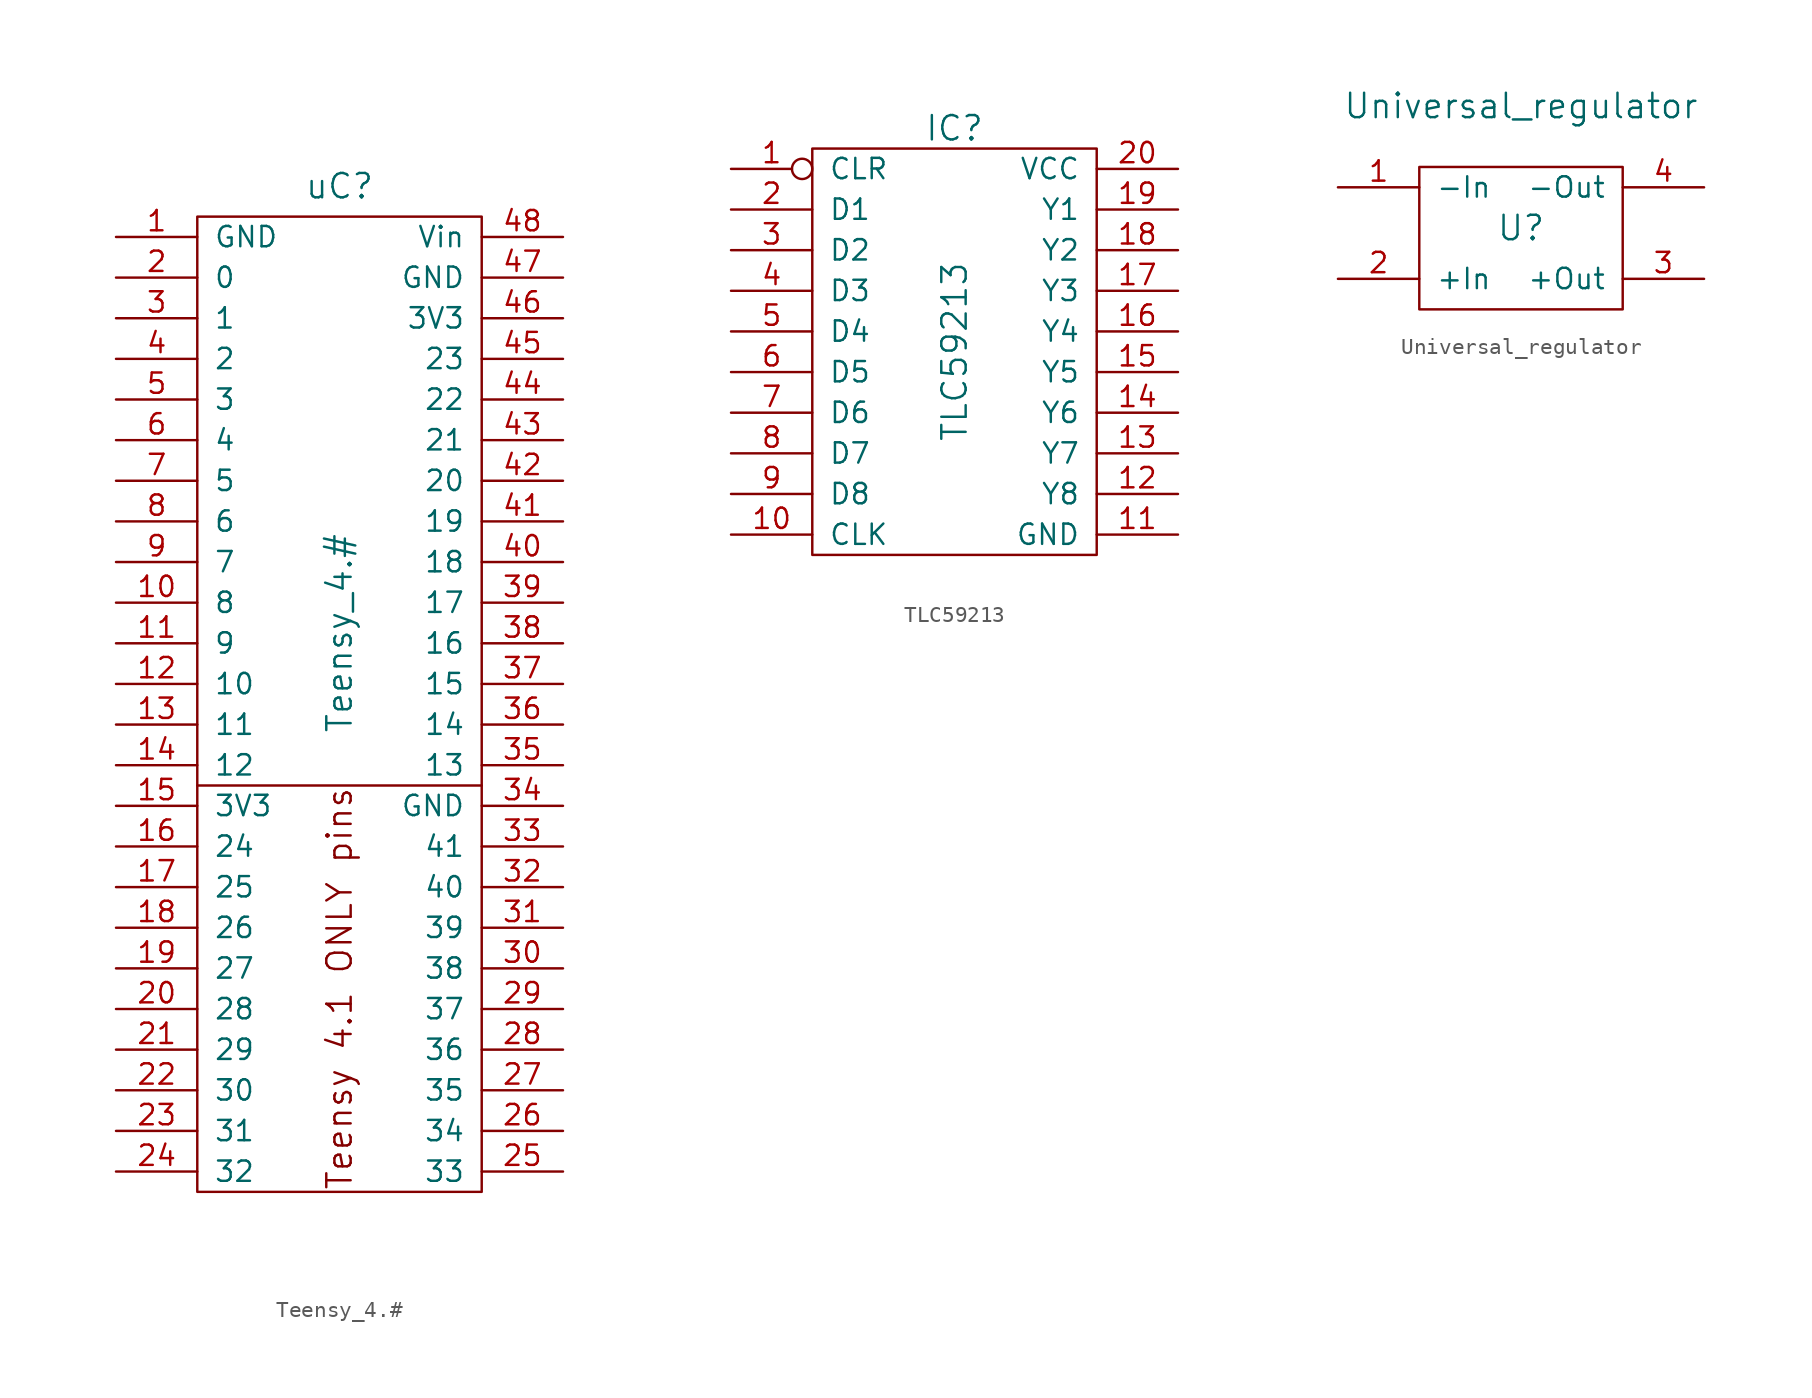
<source format=kicad_sym>
(kicad_symbol_lib
  (version 20220914)
  (generator kicad_symbol_editor)
  (symbol "Teensy_4.#"
    (pin_names
      (offset 1.016))
    (property "Reference" "uC"
      (at 0 32.385 0)
      (effects (font (size 1.524 1.524))))
    (property "Value" "Teensy_4.#"
      (at 0 4.445 90)
      (effects (font (size 1.524 1.524))))
    (symbol "Teensy_4.#_0_0"
      (text "Teensy 4.1 ONLY pins" (at 0 -17.78 900) (effects (font (size 1.524 1.524)))))
    (symbol "Teensy_4.#_0_1"
      (rectangle (start -8.89 30.48) (end 8.89 -30.48) (stroke (width 0) (type solid)) (fill (type none)))
      (polyline (pts (xy -8.89 -5.08) (xy 8.89 -5.08)) (stroke (width 0) (type solid)) (fill (type none))))
    (symbol "Teensy_4.#_1_1"
      (pin input line (at -13.97 29.21 0) (length 5.08) (name "GND" (effects (font (size 1.27 1.27)))) (number "1" (effects (font (size 1.27 1.27)))))
      (pin input line (at -13.97 6.35 0) (length 5.08) (name "8" (effects (font (size 1.27 1.27)))) (number "10" (effects (font (size 1.27 1.27)))))
      (pin input line (at -13.97 3.81 0) (length 5.08) (name "9" (effects (font (size 1.27 1.27)))) (number "11" (effects (font (size 1.27 1.27)))))
      (pin input line (at -13.97 1.27 0) (length 5.08) (name "10" (effects (font (size 1.27 1.27)))) (number "12" (effects (font (size 1.27 1.27)))))
      (pin input line (at -13.97 -1.27 0) (length 5.08) (name "11" (effects (font (size 1.27 1.27)))) (number "13" (effects (font (size 1.27 1.27)))))
      (pin input line (at -13.97 -3.81 0) (length 5.08) (name "12" (effects (font (size 1.27 1.27)))) (number "14" (effects (font (size 1.27 1.27)))))
      (pin input line (at -13.97 -6.35 0) (length 5.08) (name "3V3" (effects (font (size 1.27 1.27)))) (number "15" (effects (font (size 1.27 1.27)))))
      (pin input line (at -13.97 -8.89 0) (length 5.08) (name "24" (effects (font (size 1.27 1.27)))) (number "16" (effects (font (size 1.27 1.27)))))
      (pin input line (at -13.97 -11.43 0) (length 5.08) (name "25" (effects (font (size 1.27 1.27)))) (number "17" (effects (font (size 1.27 1.27)))))
      (pin input line (at -13.97 -13.97 0) (length 5.08) (name "26" (effects (font (size 1.27 1.27)))) (number "18" (effects (font (size 1.27 1.27)))))
      (pin input line (at -13.97 -16.51 0) (length 5.08) (name "27" (effects (font (size 1.27 1.27)))) (number "19" (effects (font (size 1.27 1.27)))))
      (pin input line (at -13.97 26.67 0) (length 5.08) (name "0" (effects (font (size 1.27 1.27)))) (number "2" (effects (font (size 1.27 1.27)))))
      (pin input line (at -13.97 -19.05 0) (length 5.08) (name "28" (effects (font (size 1.27 1.27)))) (number "20" (effects (font (size 1.27 1.27)))))
      (pin input line (at -13.97 -21.59 0) (length 5.08) (name "29" (effects (font (size 1.27 1.27)))) (number "21" (effects (font (size 1.27 1.27)))))
      (pin input line (at -13.97 -24.13 0) (length 5.08) (name "30" (effects (font (size 1.27 1.27)))) (number "22" (effects (font (size 1.27 1.27)))))
      (pin input line (at -13.97 -26.67 0) (length 5.08) (name "31" (effects (font (size 1.27 1.27)))) (number "23" (effects (font (size 1.27 1.27)))))
      (pin input line (at -13.97 -29.21 0) (length 5.08) (name "32" (effects (font (size 1.27 1.27)))) (number "24" (effects (font (size 1.27 1.27)))))
      (pin input line (at 13.97 -29.21 180) (length 5.08) (name "33" (effects (font (size 1.27 1.27)))) (number "25" (effects (font (size 1.27 1.27)))))
      (pin input line (at 13.97 -26.67 180) (length 5.08) (name "34" (effects (font (size 1.27 1.27)))) (number "26" (effects (font (size 1.27 1.27)))))
      (pin input line (at 13.97 -24.13 180) (length 5.08) (name "35" (effects (font (size 1.27 1.27)))) (number "27" (effects (font (size 1.27 1.27)))))
      (pin input line (at 13.97 -21.59 180) (length 5.08) (name "36" (effects (font (size 1.27 1.27)))) (number "28" (effects (font (size 1.27 1.27)))))
      (pin input line (at 13.97 -19.05 180) (length 5.08) (name "37" (effects (font (size 1.27 1.27)))) (number "29" (effects (font (size 1.27 1.27)))))
      (pin input line (at -13.97 24.13 0) (length 5.08) (name "1" (effects (font (size 1.27 1.27)))) (number "3" (effects (font (size 1.27 1.27)))))
      (pin input line (at 13.97 -16.51 180) (length 5.08) (name "38" (effects (font (size 1.27 1.27)))) (number "30" (effects (font (size 1.27 1.27)))))
      (pin input line (at 13.97 -13.97 180) (length 5.08) (name "39" (effects (font (size 1.27 1.27)))) (number "31" (effects (font (size 1.27 1.27)))))
      (pin input line (at 13.97 -11.43 180) (length 5.08) (name "40" (effects (font (size 1.27 1.27)))) (number "32" (effects (font (size 1.27 1.27)))))
      (pin input line (at 13.97 -8.89 180) (length 5.08) (name "41" (effects (font (size 1.27 1.27)))) (number "33" (effects (font (size 1.27 1.27)))))
      (pin input line (at 13.97 -6.35 180) (length 5.08) (name "GND" (effects (font (size 1.27 1.27)))) (number "34" (effects (font (size 1.27 1.27)))))
      (pin input line (at 13.97 -3.81 180) (length 5.08) (name "13" (effects (font (size 1.27 1.27)))) (number "35" (effects (font (size 1.27 1.27)))))
      (pin input line (at 13.97 -1.27 180) (length 5.08) (name "14" (effects (font (size 1.27 1.27)))) (number "36" (effects (font (size 1.27 1.27)))))
      (pin input line (at 13.97 1.27 180) (length 5.08) (name "15" (effects (font (size 1.27 1.27)))) (number "37" (effects (font (size 1.27 1.27)))))
      (pin input line (at 13.97 3.81 180) (length 5.08) (name "16" (effects (font (size 1.27 1.27)))) (number "38" (effects (font (size 1.27 1.27)))))
      (pin input line (at 13.97 6.35 180) (length 5.08) (name "17" (effects (font (size 1.27 1.27)))) (number "39" (effects (font (size 1.27 1.27)))))
      (pin input line (at -13.97 21.59 0) (length 5.08) (name "2" (effects (font (size 1.27 1.27)))) (number "4" (effects (font (size 1.27 1.27)))))
      (pin input line (at 13.97 8.89 180) (length 5.08) (name "18" (effects (font (size 1.27 1.27)))) (number "40" (effects (font (size 1.27 1.27)))))
      (pin input line (at 13.97 11.43 180) (length 5.08) (name "19" (effects (font (size 1.27 1.27)))) (number "41" (effects (font (size 1.27 1.27)))))
      (pin input line (at 13.97 13.97 180) (length 5.08) (name "20" (effects (font (size 1.27 1.27)))) (number "42" (effects (font (size 1.27 1.27)))))
      (pin input line (at 13.97 16.51 180) (length 5.08) (name "21" (effects (font (size 1.27 1.27)))) (number "43" (effects (font (size 1.27 1.27)))))
      (pin input line (at 13.97 19.05 180) (length 5.08) (name "22" (effects (font (size 1.27 1.27)))) (number "44" (effects (font (size 1.27 1.27)))))
      (pin input line (at 13.97 21.59 180) (length 5.08) (name "23" (effects (font (size 1.27 1.27)))) (number "45" (effects (font (size 1.27 1.27)))))
      (pin input line (at 13.97 24.13 180) (length 5.08) (name "3V3" (effects (font (size 1.27 1.27)))) (number "46" (effects (font (size 1.27 1.27)))))
      (pin input line (at 13.97 26.67 180) (length 5.08) (name "GND" (effects (font (size 1.27 1.27)))) (number "47" (effects (font (size 1.27 1.27)))))
      (pin input line (at 13.97 29.21 180) (length 5.08) (name "Vin" (effects (font (size 1.27 1.27)))) (number "48" (effects (font (size 1.27 1.27)))))
      (pin input line (at -13.97 19.05 0) (length 5.08) (name "3" (effects (font (size 1.27 1.27)))) (number "5" (effects (font (size 1.27 1.27)))))
      (pin input line (at -13.97 16.51 0) (length 5.08) (name "4" (effects (font (size 1.27 1.27)))) (number "6" (effects (font (size 1.27 1.27)))))
      (pin input line (at -13.97 13.97 0) (length 5.08) (name "5" (effects (font (size 1.27 1.27)))) (number "7" (effects (font (size 1.27 1.27)))))
      (pin input line (at -13.97 11.43 0) (length 5.08) (name "6" (effects (font (size 1.27 1.27)))) (number "8" (effects (font (size 1.27 1.27)))))
      (pin input line (at -13.97 8.89 0) (length 5.08) (name "7" (effects (font (size 1.27 1.27)))) (number "9" (effects (font (size 1.27 1.27)))))))
  (symbol "TLC59213"
    (pin_names
      (offset 1.016))
    (property "Reference" "IC"
      (at 0 1.27 0)
      (effects (font (size 1.524 1.524))))
    (property "Value" "TLC59213"
      (at 0 -12.7 90)
      (effects (font (size 1.524 1.524))))
    (symbol "TLC59213_0_1"
      (rectangle (start -8.89 0) (end 8.89 -25.4) (stroke (width 0) (type solid)) (fill (type none))))
    (symbol "TLC59213_1_1"
      (pin input inverted (at -13.97 -1.27 0) (length 5.08) (name "CLR" (effects (font (size 1.27 1.27)))) (number "1" (effects (font (size 1.27 1.27)))))
      (pin input line (at -13.97 -24.13 0) (length 5.08) (name "CLK" (effects (font (size 1.27 1.27)))) (number "10" (effects (font (size 1.27 1.27)))))
      (pin input line (at 13.97 -24.13 180) (length 5.08) (name "GND" (effects (font (size 1.27 1.27)))) (number "11" (effects (font (size 1.27 1.27)))))
      (pin input line (at 13.97 -21.59 180) (length 5.08) (name "Y8" (effects (font (size 1.27 1.27)))) (number "12" (effects (font (size 1.27 1.27)))))
      (pin input line (at 13.97 -19.05 180) (length 5.08) (name "Y7" (effects (font (size 1.27 1.27)))) (number "13" (effects (font (size 1.27 1.27)))))
      (pin input line (at 13.97 -16.51 180) (length 5.08) (name "Y6" (effects (font (size 1.27 1.27)))) (number "14" (effects (font (size 1.27 1.27)))))
      (pin input line (at 13.97 -13.97 180) (length 5.08) (name "Y5" (effects (font (size 1.27 1.27)))) (number "15" (effects (font (size 1.27 1.27)))))
      (pin input line (at 13.97 -11.43 180) (length 5.08) (name "Y4" (effects (font (size 1.27 1.27)))) (number "16" (effects (font (size 1.27 1.27)))))
      (pin input line (at 13.97 -8.89 180) (length 5.08) (name "Y3" (effects (font (size 1.27 1.27)))) (number "17" (effects (font (size 1.27 1.27)))))
      (pin input line (at 13.97 -6.35 180) (length 5.08) (name "Y2" (effects (font (size 1.27 1.27)))) (number "18" (effects (font (size 1.27 1.27)))))
      (pin input line (at 13.97 -3.81 180) (length 5.08) (name "Y1" (effects (font (size 1.27 1.27)))) (number "19" (effects (font (size 1.27 1.27)))))
      (pin input line (at -13.97 -3.81 0) (length 5.08) (name "D1" (effects (font (size 1.27 1.27)))) (number "2" (effects (font (size 1.27 1.27)))))
      (pin input line (at 13.97 -1.27 180) (length 5.08) (name "VCC" (effects (font (size 1.27 1.27)))) (number "20" (effects (font (size 1.27 1.27)))))
      (pin input line (at -13.97 -6.35 0) (length 5.08) (name "D2" (effects (font (size 1.27 1.27)))) (number "3" (effects (font (size 1.27 1.27)))))
      (pin input line (at -13.97 -8.89 0) (length 5.08) (name "D3" (effects (font (size 1.27 1.27)))) (number "4" (effects (font (size 1.27 1.27)))))
      (pin input line (at -13.97 -11.43 0) (length 5.08) (name "D4" (effects (font (size 1.27 1.27)))) (number "5" (effects (font (size 1.27 1.27)))))
      (pin input line (at -13.97 -13.97 0) (length 5.08) (name "D5" (effects (font (size 1.27 1.27)))) (number "6" (effects (font (size 1.27 1.27)))))
      (pin input line (at -13.97 -16.51 0) (length 5.08) (name "D6" (effects (font (size 1.27 1.27)))) (number "7" (effects (font (size 1.27 1.27)))))
      (pin input line (at -13.97 -19.05 0) (length 5.08) (name "D7" (effects (font (size 1.27 1.27)))) (number "8" (effects (font (size 1.27 1.27)))))
      (pin input line (at -13.97 -21.59 0) (length 5.08) (name "D8" (effects (font (size 1.27 1.27)))) (number "9" (effects (font (size 1.27 1.27)))))))
  (symbol "Universal_regulator"
    (pin_names
      (offset 1.016))
    (property "Reference" "U"
      (at 0 0 0)
      (effects (font (size 1.524 1.524))))
    (property "Value" "Universal_regulator"
      (at 0 7.62 0)
      (effects (font (size 1.524 1.524))))
    (symbol "Universal_regulator_0_1"
      (rectangle (start -6.35 3.81) (end 6.35 -5.08) (stroke (width 0) (type solid)) (fill (type none))))
    (symbol "Universal_regulator_1_1"
      (pin input line (at -11.43 2.54 0) (length 5.08) (name "-In" (effects (font (size 1.27 1.27)))) (number "1" (effects (font (size 1.27 1.27)))))
      (pin input line (at -11.43 -3.175 0) (length 5.08) (name "+In" (effects (font (size 1.27 1.27)))) (number "2" (effects (font (size 1.27 1.27)))))
      (pin input line (at 11.43 -3.175 180) (length 5.08) (name "+Out" (effects (font (size 1.27 1.27)))) (number "3" (effects (font (size 1.27 1.27)))))
      (pin input line (at 11.43 2.54 180) (length 5.08) (name "-Out" (effects (font (size 1.27 1.27)))) (number "4" (effects (font (size 1.27 1.27))))))))
</source>
